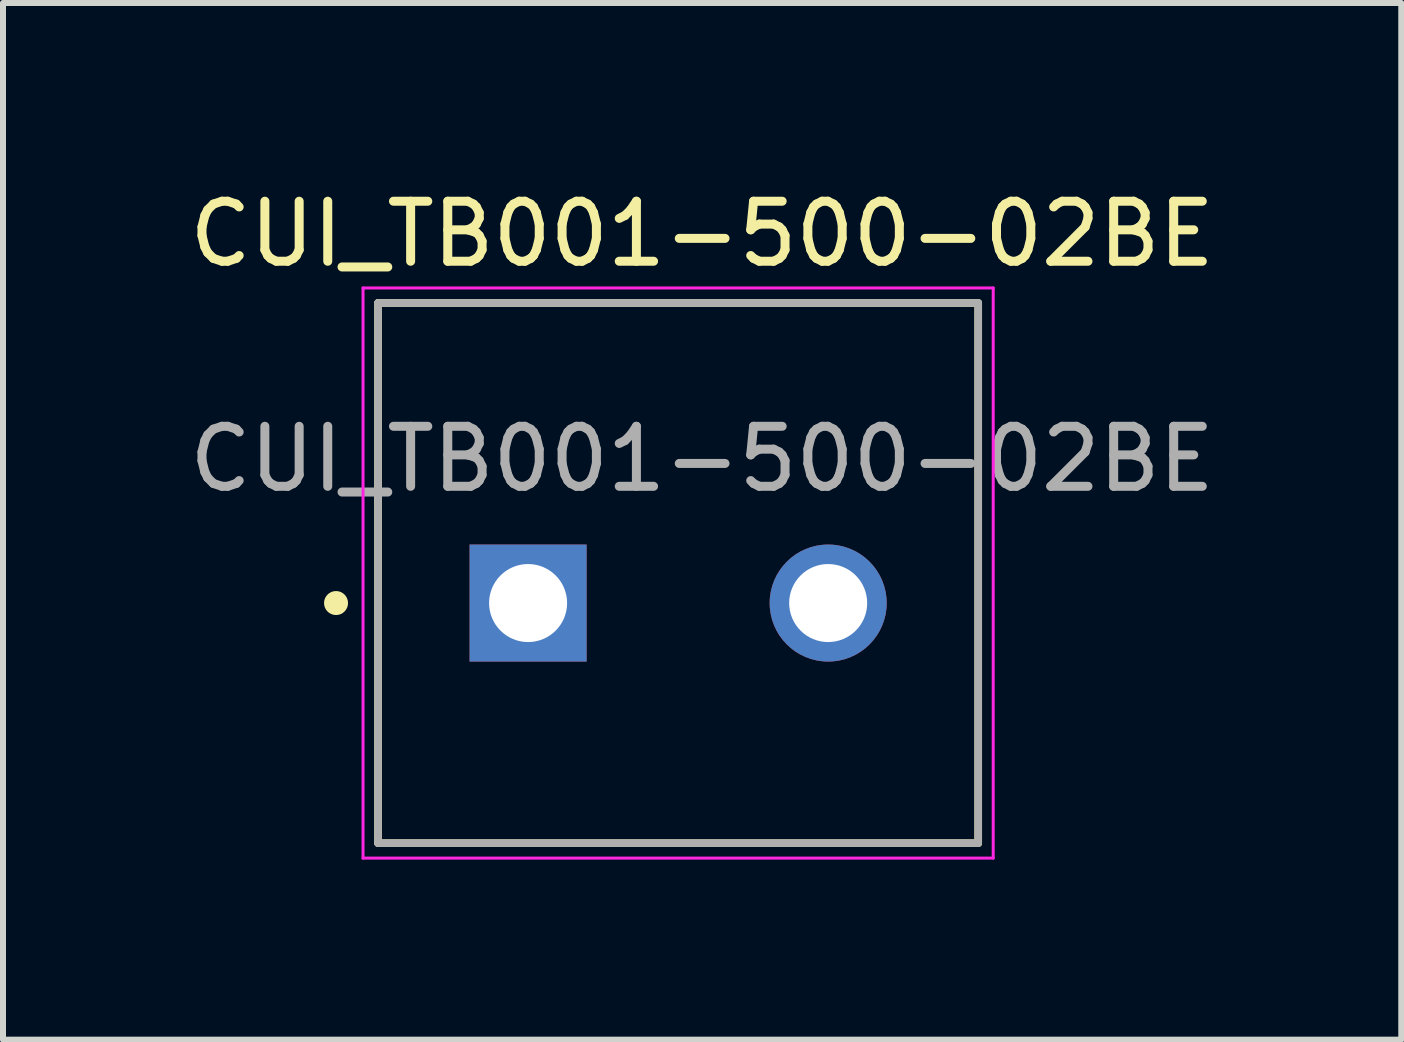
<source format=kicad_pcb>
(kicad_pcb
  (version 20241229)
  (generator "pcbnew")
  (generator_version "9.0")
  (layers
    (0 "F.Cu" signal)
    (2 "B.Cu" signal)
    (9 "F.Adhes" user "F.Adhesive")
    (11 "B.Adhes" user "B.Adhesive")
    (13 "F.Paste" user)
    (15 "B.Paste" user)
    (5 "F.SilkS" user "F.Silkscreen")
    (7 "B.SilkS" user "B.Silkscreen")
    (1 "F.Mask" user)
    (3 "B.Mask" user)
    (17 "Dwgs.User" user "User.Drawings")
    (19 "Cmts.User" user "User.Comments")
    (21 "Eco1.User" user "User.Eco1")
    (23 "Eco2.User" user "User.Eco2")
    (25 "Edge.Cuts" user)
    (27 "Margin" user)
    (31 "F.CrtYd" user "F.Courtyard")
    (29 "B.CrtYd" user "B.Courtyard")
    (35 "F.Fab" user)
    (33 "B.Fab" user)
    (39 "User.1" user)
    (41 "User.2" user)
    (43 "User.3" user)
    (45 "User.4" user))
  (footprint "CUI_TB001-500-02BE"
    (layer "F.Cu")
    (at 5.749 6.998)
    (property "Reference" "CUI_TB001-500-02BE" (at 2.9 -6.15 0) (layer "F.SilkS") (effects (font (size 1 1) (thickness 0.15))))
    (attr through_hole)
    (fp_line (start -2.5 -5) (end 7.5 -5) (stroke (width 0.127) (type solid)) (layer "F.SilkS"))
    (fp_line (start -2.5 4) (end -2.5 -5) (stroke (width 0.127) (type solid)) (layer "F.SilkS"))
    (fp_line (start 7.5 -5) (end 7.5 4) (stroke (width 0.127) (type solid)) (layer "F.SilkS"))
    (fp_line (start 7.5 4) (end -2.5 4) (stroke (width 0.127) (type solid)) (layer "F.SilkS"))
    (fp_circle (center -3.2 0) (end -3.1 0) (stroke (width 0.2) (type solid)) (fill no) (layer "F.SilkS"))
    (fp_line (start -2.75 -5.25) (end 7.75 -5.25) (stroke (width 0.05) (type solid)) (layer "F.CrtYd"))
    (fp_line (start -2.75 4.25) (end -2.75 -5.25) (stroke (width 0.05) (type solid)) (layer "F.CrtYd"))
    (fp_line (start 7.75 -5.25) (end 7.75 4.25) (stroke (width 0.05) (type solid)) (layer "F.CrtYd"))
    (fp_line (start 7.75 4.25) (end -2.75 4.25) (stroke (width 0.05) (type solid)) (layer "F.CrtYd"))
    (fp_line (start -2.5 -5) (end 7.5 -5) (stroke (width 0.127) (type solid)) (layer "F.Fab"))
    (fp_line (start -2.5 4) (end -2.5 -5) (stroke (width 0.127) (type solid)) (layer "F.Fab"))
    (fp_line (start 7.5 -5) (end 7.5 4) (stroke (width 0.127) (type solid)) (layer "F.Fab"))
    (fp_line (start 7.5 4) (end -2.5 4) (stroke (width 0.127) (type solid)) (layer "F.Fab"))
    (fp_text user "${REFERENCE}" (at 2.9 -2.4 0) (layer "F.Fab") (effects (font (size 1 1) (thickness 0.15))))
    (pad "1" thru_hole rect (at 0 0) (size 1.95 1.95) (drill 1.3) (layers "*.Cu" "*.Mask"))
    (pad "2" thru_hole circle (at 5 0) (size 1.95 1.95) (drill 1.3) (layers "*.Cu" "*.Mask")))
  (gr_rect
    (start -3 -3)
    (end 20.298 14.273)
    (stroke (width 0.1) (type default))
    (fill no)
    (layer "Edge.Cuts")))
</source>
